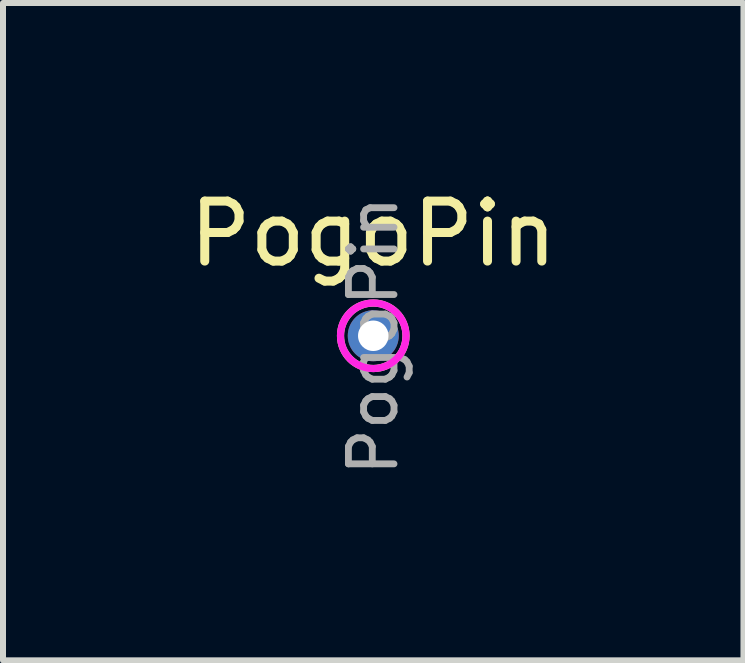
<source format=kicad_pcb>
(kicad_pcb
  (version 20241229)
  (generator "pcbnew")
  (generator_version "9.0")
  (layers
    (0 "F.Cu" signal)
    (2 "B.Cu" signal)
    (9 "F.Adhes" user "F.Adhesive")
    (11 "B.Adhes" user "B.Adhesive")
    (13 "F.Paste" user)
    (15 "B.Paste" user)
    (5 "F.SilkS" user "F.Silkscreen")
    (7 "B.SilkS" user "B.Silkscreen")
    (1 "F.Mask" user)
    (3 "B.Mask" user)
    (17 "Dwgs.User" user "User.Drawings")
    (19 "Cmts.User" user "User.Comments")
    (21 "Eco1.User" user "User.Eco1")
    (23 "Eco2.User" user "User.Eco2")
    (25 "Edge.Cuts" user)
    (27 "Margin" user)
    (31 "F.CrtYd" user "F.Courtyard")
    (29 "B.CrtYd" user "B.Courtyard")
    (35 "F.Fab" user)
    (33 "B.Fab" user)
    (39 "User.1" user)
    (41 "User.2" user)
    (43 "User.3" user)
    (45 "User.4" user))
  (footprint "PogoPin"
    (layer "F.Cu")
    (at 3.173 2.548)
    (property "Reference" "PogoPin" (at 0 -1.7 0) (layer "F.SilkS") (effects (font (size 1 1) (thickness 0.15))))
    (attr through_hole)
    (fp_circle (center 0 0) (end 0.546 0) (stroke (width 0.12) (type solid)) (fill no) (layer "F.SilkS"))
    (fp_circle (center 0 0) (end 0.546 0) (stroke (width 0.12) (type solid)) (fill no) (layer "F.CrtYd"))
    (fp_text user "${REFERENCE}" (at 0 0 90) (layer "F.Fab") (effects (font (size 0.76 0.76) (thickness 0.114))))
    (pad "1" thru_hole circle (at 0 0) (size 0.85 0.85) (drill 0.508) (layers "*.Cu" "*.Mask")))
  (gr_rect
    (start -3 -3)
    (end 9.345 7.959)
    (stroke (width 0.1) (type default))
    (fill no)
    (layer "Edge.Cuts")))
</source>
